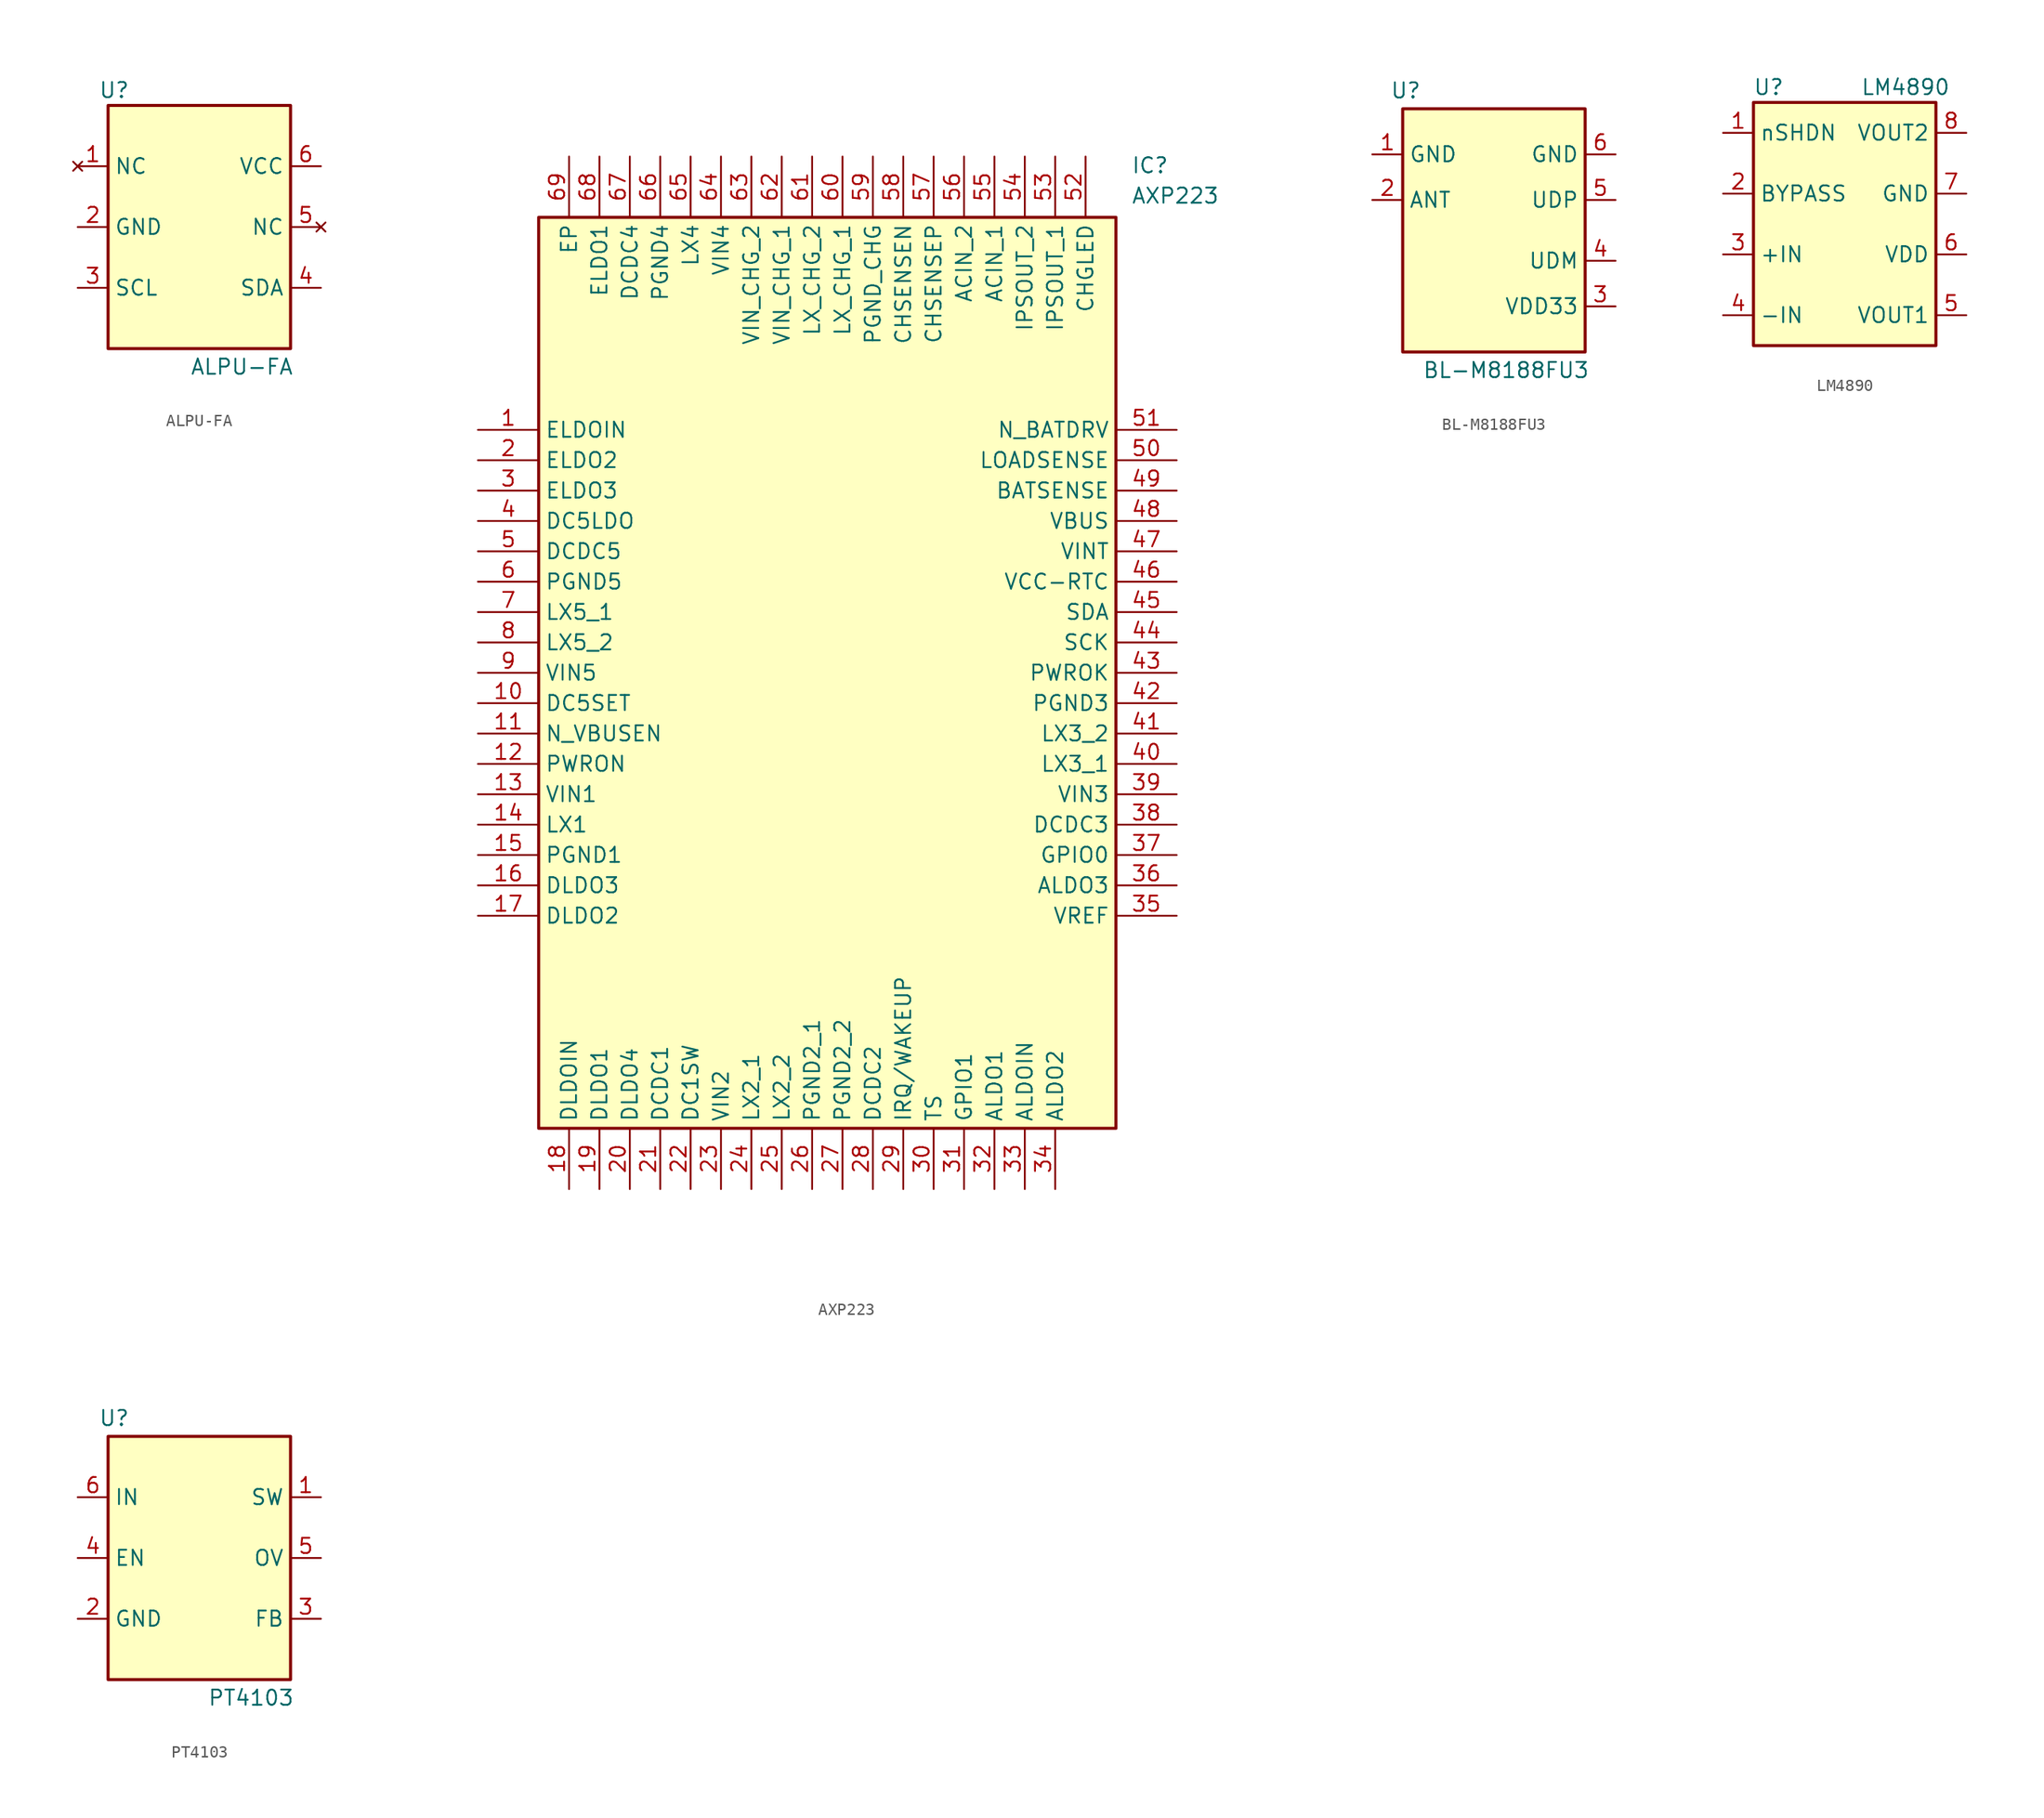
<source format=kicad_sym>
(kicad_symbol_lib
  (version 20231120)
  (generator "kicad_symbol_editor")
  (generator_version "8.0")
  (symbol "ALPU-FA"
    (property "Reference" "U"
      (at -7.112 11.43 0)
      (effects (font (size 1.27 1.27))))
    (property "Value" "ALPU-FA"
      (at 3.556 -11.684 0)
      (effects (font (size 1.27 1.27))))
    (symbol "ALPU-FA_0_1"
      (rectangle (start -7.62 10.16) (end 7.62 -10.16) (stroke (width 0.254) (type default)) (fill (type background))))
    (symbol "ALPU-FA_1_1"
      (pin no_connect line (at -10.16 5.08 0) (length 2.54) (name "NC" (effects (font (size 1.27 1.27)))) (number "1" (effects (font (size 1.27 1.27)))))
      (pin input line (at -10.16 0 0) (length 2.54) (name "GND" (effects (font (size 1.27 1.27)))) (number "2" (effects (font (size 1.27 1.27)))))
      (pin input line (at -10.16 -5.08 0) (length 2.54) (name "SCL" (effects (font (size 1.27 1.27)))) (number "3" (effects (font (size 1.27 1.27)))))
      (pin bidirectional line (at 10.16 -5.08 180) (length 2.54) (name "SDA" (effects (font (size 1.27 1.27)))) (number "4" (effects (font (size 1.27 1.27)))))
      (pin no_connect line (at 10.16 0 180) (length 2.54) (name "NC" (effects (font (size 1.27 1.27)))) (number "5" (effects (font (size 1.27 1.27)))))
      (pin input line (at 10.16 5.08 180) (length 2.54) (name "VCC" (effects (font (size 1.27 1.27)))) (number "6" (effects (font (size 1.27 1.27)))))))
  (symbol "AXP223"
    (property "Reference" "IC"
      (at 25.4 43.18 0)
      (effects (font (size 1.27 1.27)) (justify left top)))
    (property "Value" "AXP223"
      (at 25.4 40.64 0)
      (effects (font (size 1.27 1.27)) (justify left top)))
    (symbol "AXP223_1_1"
      (rectangle (start -24.13 38.1) (end 24.13 -38.1) (stroke (width 0.254) (type default)) (fill (type background)))
      (pin passive line (at -29.21 20.32 0) (length 5.08) (name "ELDOIN" (effects (font (size 1.27 1.27)))) (number "1" (effects (font (size 1.27 1.27)))))
      (pin passive line (at -29.21 -2.54 0) (length 5.08) (name "DC5SET" (effects (font (size 1.27 1.27)))) (number "10" (effects (font (size 1.27 1.27)))))
      (pin passive line (at -29.21 -5.08 0) (length 5.08) (name "N_VBUSEN" (effects (font (size 1.27 1.27)))) (number "11" (effects (font (size 1.27 1.27)))))
      (pin passive line (at -29.21 -7.62 0) (length 5.08) (name "PWRON" (effects (font (size 1.27 1.27)))) (number "12" (effects (font (size 1.27 1.27)))))
      (pin passive line (at -29.21 -10.16 0) (length 5.08) (name "VIN1" (effects (font (size 1.27 1.27)))) (number "13" (effects (font (size 1.27 1.27)))))
      (pin passive line (at -29.21 -12.7 0) (length 5.08) (name "LX1" (effects (font (size 1.27 1.27)))) (number "14" (effects (font (size 1.27 1.27)))))
      (pin passive line (at -29.21 -15.24 0) (length 5.08) (name "PGND1" (effects (font (size 1.27 1.27)))) (number "15" (effects (font (size 1.27 1.27)))))
      (pin passive line (at -29.21 -17.78 0) (length 5.08) (name "DLDO3" (effects (font (size 1.27 1.27)))) (number "16" (effects (font (size 1.27 1.27)))))
      (pin passive line (at -29.21 -20.32 0) (length 5.08) (name "DLDO2" (effects (font (size 1.27 1.27)))) (number "17" (effects (font (size 1.27 1.27)))))
      (pin passive line (at -21.59 -43.18 90) (length 5.08) (name "DLDOIN" (effects (font (size 1.27 1.27)))) (number "18" (effects (font (size 1.27 1.27)))))
      (pin passive line (at -19.05 -43.18 90) (length 5.08) (name "DLDO1" (effects (font (size 1.27 1.27)))) (number "19" (effects (font (size 1.27 1.27)))))
      (pin passive line (at -29.21 17.78 0) (length 5.08) (name "ELDO2" (effects (font (size 1.27 1.27)))) (number "2" (effects (font (size 1.27 1.27)))))
      (pin passive line (at -16.51 -43.18 90) (length 5.08) (name "DLDO4" (effects (font (size 1.27 1.27)))) (number "20" (effects (font (size 1.27 1.27)))))
      (pin passive line (at -13.97 -43.18 90) (length 5.08) (name "DCDC1" (effects (font (size 1.27 1.27)))) (number "21" (effects (font (size 1.27 1.27)))))
      (pin passive line (at -11.43 -43.18 90) (length 5.08) (name "DC1SW" (effects (font (size 1.27 1.27)))) (number "22" (effects (font (size 1.27 1.27)))))
      (pin passive line (at -8.89 -43.18 90) (length 5.08) (name "VIN2" (effects (font (size 1.27 1.27)))) (number "23" (effects (font (size 1.27 1.27)))))
      (pin passive line (at -6.35 -43.18 90) (length 5.08) (name "LX2_1" (effects (font (size 1.27 1.27)))) (number "24" (effects (font (size 1.27 1.27)))))
      (pin passive line (at -3.81 -43.18 90) (length 5.08) (name "LX2_2" (effects (font (size 1.27 1.27)))) (number "25" (effects (font (size 1.27 1.27)))))
      (pin passive line (at -1.27 -43.18 90) (length 5.08) (name "PGND2_1" (effects (font (size 1.27 1.27)))) (number "26" (effects (font (size 1.27 1.27)))))
      (pin passive line (at 1.27 -43.18 90) (length 5.08) (name "PGND2_2" (effects (font (size 1.27 1.27)))) (number "27" (effects (font (size 1.27 1.27)))))
      (pin passive line (at 3.81 -43.18 90) (length 5.08) (name "DCDC2" (effects (font (size 1.27 1.27)))) (number "28" (effects (font (size 1.27 1.27)))))
      (pin passive line (at 6.35 -43.18 90) (length 5.08) (name "IRQ/WAKEUP" (effects (font (size 1.27 1.27)))) (number "29" (effects (font (size 1.27 1.27)))))
      (pin passive line (at -29.21 15.24 0) (length 5.08) (name "ELDO3" (effects (font (size 1.27 1.27)))) (number "3" (effects (font (size 1.27 1.27)))))
      (pin passive line (at 8.89 -43.18 90) (length 5.08) (name "TS" (effects (font (size 1.27 1.27)))) (number "30" (effects (font (size 1.27 1.27)))))
      (pin passive line (at 11.43 -43.18 90) (length 5.08) (name "GPIO1" (effects (font (size 1.27 1.27)))) (number "31" (effects (font (size 1.27 1.27)))))
      (pin passive line (at 13.97 -43.18 90) (length 5.08) (name "ALDO1" (effects (font (size 1.27 1.27)))) (number "32" (effects (font (size 1.27 1.27)))))
      (pin passive line (at 16.51 -43.18 90) (length 5.08) (name "ALDOIN" (effects (font (size 1.27 1.27)))) (number "33" (effects (font (size 1.27 1.27)))))
      (pin passive line (at 19.05 -43.18 90) (length 5.08) (name "ALDO2" (effects (font (size 1.27 1.27)))) (number "34" (effects (font (size 1.27 1.27)))))
      (pin passive line (at 29.21 -20.32 180) (length 5.08) (name "VREF" (effects (font (size 1.27 1.27)))) (number "35" (effects (font (size 1.27 1.27)))))
      (pin passive line (at 29.21 -17.78 180) (length 5.08) (name "ALDO3" (effects (font (size 1.27 1.27)))) (number "36" (effects (font (size 1.27 1.27)))))
      (pin passive line (at 29.21 -15.24 180) (length 5.08) (name "GPIO0" (effects (font (size 1.27 1.27)))) (number "37" (effects (font (size 1.27 1.27)))))
      (pin passive line (at 29.21 -12.7 180) (length 5.08) (name "DCDC3" (effects (font (size 1.27 1.27)))) (number "38" (effects (font (size 1.27 1.27)))))
      (pin passive line (at 29.21 -10.16 180) (length 5.08) (name "VIN3" (effects (font (size 1.27 1.27)))) (number "39" (effects (font (size 1.27 1.27)))))
      (pin passive line (at -29.21 12.7 0) (length 5.08) (name "DC5LDO" (effects (font (size 1.27 1.27)))) (number "4" (effects (font (size 1.27 1.27)))))
      (pin passive line (at 29.21 -7.62 180) (length 5.08) (name "LX3_1" (effects (font (size 1.27 1.27)))) (number "40" (effects (font (size 1.27 1.27)))))
      (pin passive line (at 29.21 -5.08 180) (length 5.08) (name "LX3_2" (effects (font (size 1.27 1.27)))) (number "41" (effects (font (size 1.27 1.27)))))
      (pin passive line (at 29.21 -2.54 180) (length 5.08) (name "PGND3" (effects (font (size 1.27 1.27)))) (number "42" (effects (font (size 1.27 1.27)))))
      (pin passive line (at 29.21 0 180) (length 5.08) (name "PWROK" (effects (font (size 1.27 1.27)))) (number "43" (effects (font (size 1.27 1.27)))))
      (pin passive line (at 29.21 2.54 180) (length 5.08) (name "SCK" (effects (font (size 1.27 1.27)))) (number "44" (effects (font (size 1.27 1.27)))))
      (pin passive line (at 29.21 5.08 180) (length 5.08) (name "SDA" (effects (font (size 1.27 1.27)))) (number "45" (effects (font (size 1.27 1.27)))))
      (pin passive line (at 29.21 7.62 180) (length 5.08) (name "VCC-RTC" (effects (font (size 1.27 1.27)))) (number "46" (effects (font (size 1.27 1.27)))))
      (pin passive line (at 29.21 10.16 180) (length 5.08) (name "VINT" (effects (font (size 1.27 1.27)))) (number "47" (effects (font (size 1.27 1.27)))))
      (pin passive line (at 29.21 12.7 180) (length 5.08) (name "VBUS" (effects (font (size 1.27 1.27)))) (number "48" (effects (font (size 1.27 1.27)))))
      (pin passive line (at 29.21 15.24 180) (length 5.08) (name "BATSENSE" (effects (font (size 1.27 1.27)))) (number "49" (effects (font (size 1.27 1.27)))))
      (pin passive line (at -29.21 10.16 0) (length 5.08) (name "DCDC5" (effects (font (size 1.27 1.27)))) (number "5" (effects (font (size 1.27 1.27)))))
      (pin passive line (at 29.21 17.78 180) (length 5.08) (name "LOADSENSE" (effects (font (size 1.27 1.27)))) (number "50" (effects (font (size 1.27 1.27)))))
      (pin passive line (at 29.21 20.32 180) (length 5.08) (name "N_BATDRV" (effects (font (size 1.27 1.27)))) (number "51" (effects (font (size 1.27 1.27)))))
      (pin passive line (at 21.59 43.18 270) (length 5.08) (name "CHGLED" (effects (font (size 1.27 1.27)))) (number "52" (effects (font (size 1.27 1.27)))))
      (pin passive line (at 19.05 43.18 270) (length 5.08) (name "IPSOUT_1" (effects (font (size 1.27 1.27)))) (number "53" (effects (font (size 1.27 1.27)))))
      (pin passive line (at 16.51 43.18 270) (length 5.08) (name "IPSOUT_2" (effects (font (size 1.27 1.27)))) (number "54" (effects (font (size 1.27 1.27)))))
      (pin passive line (at 13.97 43.18 270) (length 5.08) (name "ACIN_1" (effects (font (size 1.27 1.27)))) (number "55" (effects (font (size 1.27 1.27)))))
      (pin passive line (at 11.43 43.18 270) (length 5.08) (name "ACIN_2" (effects (font (size 1.27 1.27)))) (number "56" (effects (font (size 1.27 1.27)))))
      (pin passive line (at 8.89 43.18 270) (length 5.08) (name "CHSENSEP" (effects (font (size 1.27 1.27)))) (number "57" (effects (font (size 1.27 1.27)))))
      (pin passive line (at 6.35 43.18 270) (length 5.08) (name "CHSENSEN" (effects (font (size 1.27 1.27)))) (number "58" (effects (font (size 1.27 1.27)))))
      (pin passive line (at 3.81 43.18 270) (length 5.08) (name "PGND_CHG" (effects (font (size 1.27 1.27)))) (number "59" (effects (font (size 1.27 1.27)))))
      (pin passive line (at -29.21 7.62 0) (length 5.08) (name "PGND5" (effects (font (size 1.27 1.27)))) (number "6" (effects (font (size 1.27 1.27)))))
      (pin passive line (at 1.27 43.18 270) (length 5.08) (name "LX_CHG_1" (effects (font (size 1.27 1.27)))) (number "60" (effects (font (size 1.27 1.27)))))
      (pin passive line (at -1.27 43.18 270) (length 5.08) (name "LX_CHG_2" (effects (font (size 1.27 1.27)))) (number "61" (effects (font (size 1.27 1.27)))))
      (pin passive line (at -3.81 43.18 270) (length 5.08) (name "VIN_CHG_1" (effects (font (size 1.27 1.27)))) (number "62" (effects (font (size 1.27 1.27)))))
      (pin passive line (at -6.35 43.18 270) (length 5.08) (name "VIN_CHG_2" (effects (font (size 1.27 1.27)))) (number "63" (effects (font (size 1.27 1.27)))))
      (pin passive line (at -8.89 43.18 270) (length 5.08) (name "VIN4" (effects (font (size 1.27 1.27)))) (number "64" (effects (font (size 1.27 1.27)))))
      (pin passive line (at -11.43 43.18 270) (length 5.08) (name "LX4" (effects (font (size 1.27 1.27)))) (number "65" (effects (font (size 1.27 1.27)))))
      (pin passive line (at -13.97 43.18 270) (length 5.08) (name "PGND4" (effects (font (size 1.27 1.27)))) (number "66" (effects (font (size 1.27 1.27)))))
      (pin passive line (at -16.51 43.18 270) (length 5.08) (name "DCDC4" (effects (font (size 1.27 1.27)))) (number "67" (effects (font (size 1.27 1.27)))))
      (pin passive line (at -19.05 43.18 270) (length 5.08) (name "ELDO1" (effects (font (size 1.27 1.27)))) (number "68" (effects (font (size 1.27 1.27)))))
      (pin passive line (at -21.59 43.18 270) (length 5.08) (name "EP" (effects (font (size 1.27 1.27)))) (number "69" (effects (font (size 1.27 1.27)))))
      (pin passive line (at -29.21 5.08 0) (length 5.08) (name "LX5_1" (effects (font (size 1.27 1.27)))) (number "7" (effects (font (size 1.27 1.27)))))
      (pin passive line (at -29.21 2.54 0) (length 5.08) (name "LX5_2" (effects (font (size 1.27 1.27)))) (number "8" (effects (font (size 1.27 1.27)))))
      (pin passive line (at -29.21 0 0) (length 5.08) (name "VIN5" (effects (font (size 1.27 1.27)))) (number "9" (effects (font (size 1.27 1.27)))))))
  (symbol "BL-M8188FU3"
    (property "Reference" "U"
      (at -7.366 11.684 0)
      (effects (font (size 1.27 1.27))))
    (property "Value" "BL-M8188FU3"
      (at 1.016 -11.684 0)
      (effects (font (size 1.27 1.27))))
    (symbol "BL-M8188FU3_0_1"
      (rectangle (start -7.62 10.16) (end 7.62 -10.16) (stroke (width 0.254) (type default)) (fill (type background))))
    (symbol "BL-M8188FU3_1_1"
      (pin input line (at -10.16 6.35 0) (length 2.54) (name "GND" (effects (font (size 1.27 1.27)))) (number "1" (effects (font (size 1.27 1.27)))))
      (pin output line (at -10.16 2.54 0) (length 2.54) (name "ANT" (effects (font (size 1.27 1.27)))) (number "2" (effects (font (size 1.27 1.27)))))
      (pin input line (at 10.16 -6.35 180) (length 2.54) (name "VDD33" (effects (font (size 1.27 1.27)))) (number "3" (effects (font (size 1.27 1.27)))))
      (pin bidirectional line (at 10.16 -2.54 180) (length 2.54) (name "UDM" (effects (font (size 1.27 1.27)))) (number "4" (effects (font (size 1.27 1.27)))))
      (pin bidirectional line (at 10.16 2.54 180) (length 2.54) (name "UDP" (effects (font (size 1.27 1.27)))) (number "5" (effects (font (size 1.27 1.27)))))
      (pin input line (at 10.16 6.35 180) (length 2.54) (name "GND" (effects (font (size 1.27 1.27)))) (number "6" (effects (font (size 1.27 1.27)))))))
  (symbol "LM4890"
    (property "Reference" "U"
      (at -6.35 11.43 0)
      (effects (font (size 1.27 1.27))))
    (property "Value" "LM4890"
      (at 5.08 11.43 0)
      (effects (font (size 1.27 1.27))))
    (symbol "LM4890_0_1"
      (rectangle (start -7.62 10.16) (end 7.62 -10.16) (stroke (width 0.254) (type default)) (fill (type background))))
    (symbol "LM4890_1_1"
      (pin input line (at -10.16 7.62 0) (length 2.54) (name "nSHDN" (effects (font (size 1.27 1.27)))) (number "1" (effects (font (size 1.27 1.27)))))
      (pin passive line (at -10.16 2.54 0) (length 2.54) (name "BYPASS" (effects (font (size 1.27 1.27)))) (number "2" (effects (font (size 1.27 1.27)))))
      (pin input line (at -10.16 -2.54 0) (length 2.54) (name "+IN" (effects (font (size 1.27 1.27)))) (number "3" (effects (font (size 1.27 1.27)))))
      (pin input line (at -10.16 -7.62 0) (length 2.54) (name "-IN" (effects (font (size 1.27 1.27)))) (number "4" (effects (font (size 1.27 1.27)))))
      (pin output line (at 10.16 -7.62 180) (length 2.54) (name "VOUT1" (effects (font (size 1.27 1.27)))) (number "5" (effects (font (size 1.27 1.27)))))
      (pin power_in line (at 10.16 -2.54 180) (length 2.54) (name "VDD" (effects (font (size 1.27 1.27)))) (number "6" (effects (font (size 1.27 1.27)))))
      (pin power_in line (at 10.16 2.54 180) (length 2.54) (name "GND" (effects (font (size 1.27 1.27)))) (number "7" (effects (font (size 1.27 1.27)))))
      (pin output line (at 10.16 7.62 180) (length 2.54) (name "VOUT2" (effects (font (size 1.27 1.27)))) (number "8" (effects (font (size 1.27 1.27)))))))
  (symbol "PT4103"
    (property "Reference" "U"
      (at -7.112 11.684 0)
      (effects (font (size 1.27 1.27))))
    (property "Value" "PT4103"
      (at 4.318 -11.684 0)
      (effects (font (size 1.27 1.27))))
    (symbol "PT4103_0_1"
      (rectangle (start -7.62 10.16) (end 7.62 -10.16) (stroke (width 0.254) (type default)) (fill (type background))))
    (symbol "PT4103_1_1"
      (pin passive line (at 10.16 5.08 180) (length 2.54) (name "SW" (effects (font (size 1.27 1.27)))) (number "1" (effects (font (size 1.27 1.27)))))
      (pin input line (at -10.16 -5.08 0) (length 2.54) (name "GND" (effects (font (size 1.27 1.27)))) (number "2" (effects (font (size 1.27 1.27)))))
      (pin input line (at 10.16 -5.08 180) (length 2.54) (name "FB" (effects (font (size 1.27 1.27)))) (number "3" (effects (font (size 1.27 1.27)))))
      (pin input line (at -10.16 0 0) (length 2.54) (name "EN" (effects (font (size 1.27 1.27)))) (number "4" (effects (font (size 1.27 1.27)))))
      (pin output line (at 10.16 0 180) (length 2.54) (name "OV" (effects (font (size 1.27 1.27)))) (number "5" (effects (font (size 1.27 1.27)))))
      (pin input line (at -10.16 5.08 0) (length 2.54) (name "IN" (effects (font (size 1.27 1.27)))) (number "6" (effects (font (size 1.27 1.27))))))))
</source>
